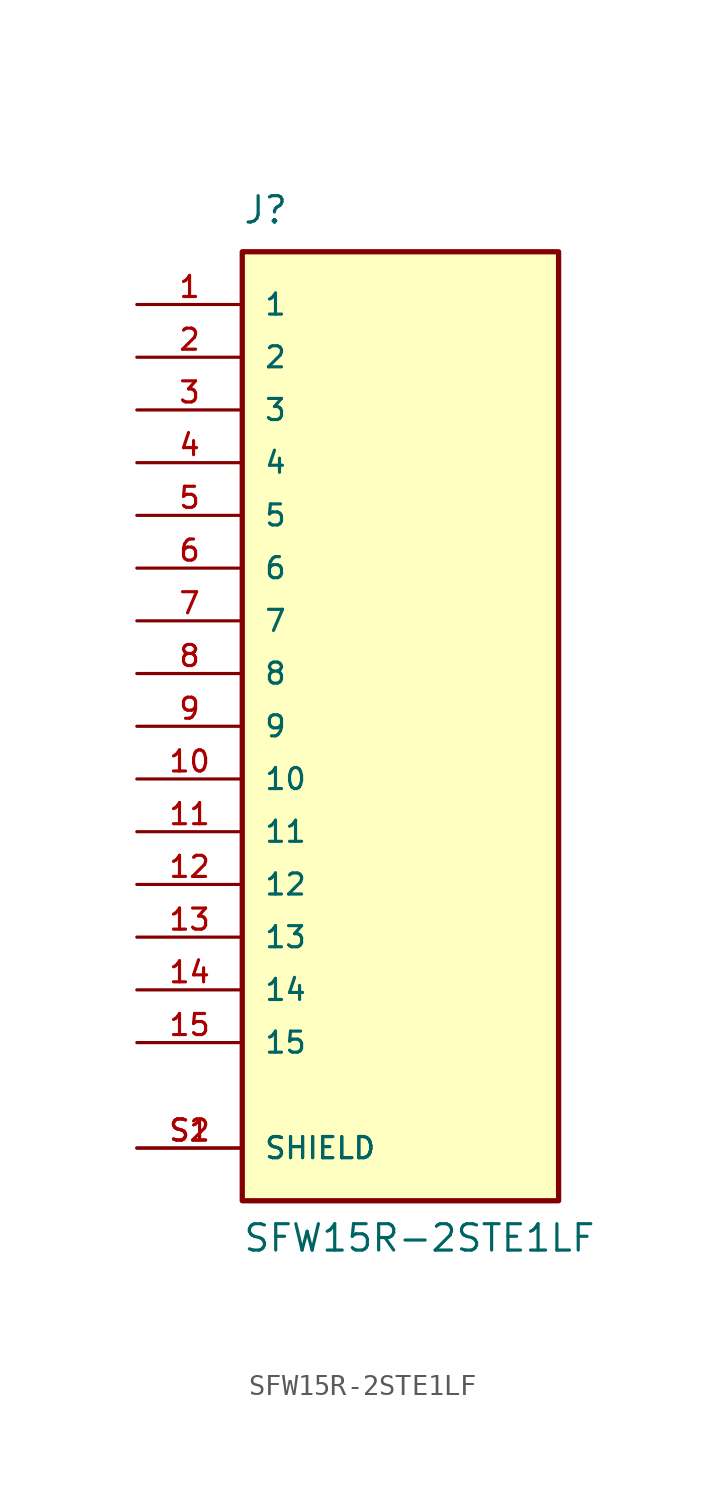
<source format=kicad_sym>
(kicad_symbol_lib
  (version 20230620)
  (generator kicad_symbol_editor)
  (symbol "SFW15R-2STE1LF"
    (pin_names
      (offset 1.016))
    (property "Reference" "J"
      (at -7.62 24.13 0)
      (effects (font (size 1.27 1.27)) (justify left bottom)))
    (property "Value" "SFW15R-2STE1LF"
      (at -7.62 -25.4 0)
      (effects (font (size 1.27 1.27)) (justify left bottom)))
    (symbol "SFW15R-2STE1LF_0_0"
      (rectangle (start -7.62 22.86) (end 7.62 -22.86) (stroke (width 0.254) (type default)) (fill (type background)))
      (pin passive line (at -12.7 20.32 0) (length 5.08) (name "1" (effects (font (size 1.016 1.016)))) (number "1" (effects (font (size 1.016 1.016)))))
      (pin passive line (at -12.7 -2.54 0) (length 5.08) (name "10" (effects (font (size 1.016 1.016)))) (number "10" (effects (font (size 1.016 1.016)))))
      (pin passive line (at -12.7 -5.08 0) (length 5.08) (name "11" (effects (font (size 1.016 1.016)))) (number "11" (effects (font (size 1.016 1.016)))))
      (pin passive line (at -12.7 -7.62 0) (length 5.08) (name "12" (effects (font (size 1.016 1.016)))) (number "12" (effects (font (size 1.016 1.016)))))
      (pin passive line (at -12.7 -10.16 0) (length 5.08) (name "13" (effects (font (size 1.016 1.016)))) (number "13" (effects (font (size 1.016 1.016)))))
      (pin passive line (at -12.7 -12.7 0) (length 5.08) (name "14" (effects (font (size 1.016 1.016)))) (number "14" (effects (font (size 1.016 1.016)))))
      (pin passive line (at -12.7 -15.24 0) (length 5.08) (name "15" (effects (font (size 1.016 1.016)))) (number "15" (effects (font (size 1.016 1.016)))))
      (pin passive line (at -12.7 17.78 0) (length 5.08) (name "2" (effects (font (size 1.016 1.016)))) (number "2" (effects (font (size 1.016 1.016)))))
      (pin passive line (at -12.7 15.24 0) (length 5.08) (name "3" (effects (font (size 1.016 1.016)))) (number "3" (effects (font (size 1.016 1.016)))))
      (pin passive line (at -12.7 12.7 0) (length 5.08) (name "4" (effects (font (size 1.016 1.016)))) (number "4" (effects (font (size 1.016 1.016)))))
      (pin passive line (at -12.7 10.16 0) (length 5.08) (name "5" (effects (font (size 1.016 1.016)))) (number "5" (effects (font (size 1.016 1.016)))))
      (pin passive line (at -12.7 7.62 0) (length 5.08) (name "6" (effects (font (size 1.016 1.016)))) (number "6" (effects (font (size 1.016 1.016)))))
      (pin passive line (at -12.7 5.08 0) (length 5.08) (name "7" (effects (font (size 1.016 1.016)))) (number "7" (effects (font (size 1.016 1.016)))))
      (pin passive line (at -12.7 2.54 0) (length 5.08) (name "8" (effects (font (size 1.016 1.016)))) (number "8" (effects (font (size 1.016 1.016)))))
      (pin passive line (at -12.7 0 0) (length 5.08) (name "9" (effects (font (size 1.016 1.016)))) (number "9" (effects (font (size 1.016 1.016)))))
      (pin passive line (at -12.7 -20.32 0) (length 5.08) (name "SHIELD" (effects (font (size 1.016 1.016)))) (number "S1" (effects (font (size 1.016 1.016)))))
      (pin passive line (at -12.7 -20.32 0) (length 5.08) (name "SHIELD" (effects (font (size 1.016 1.016)))) (number "S2" (effects (font (size 1.016 1.016))))))))
</source>
